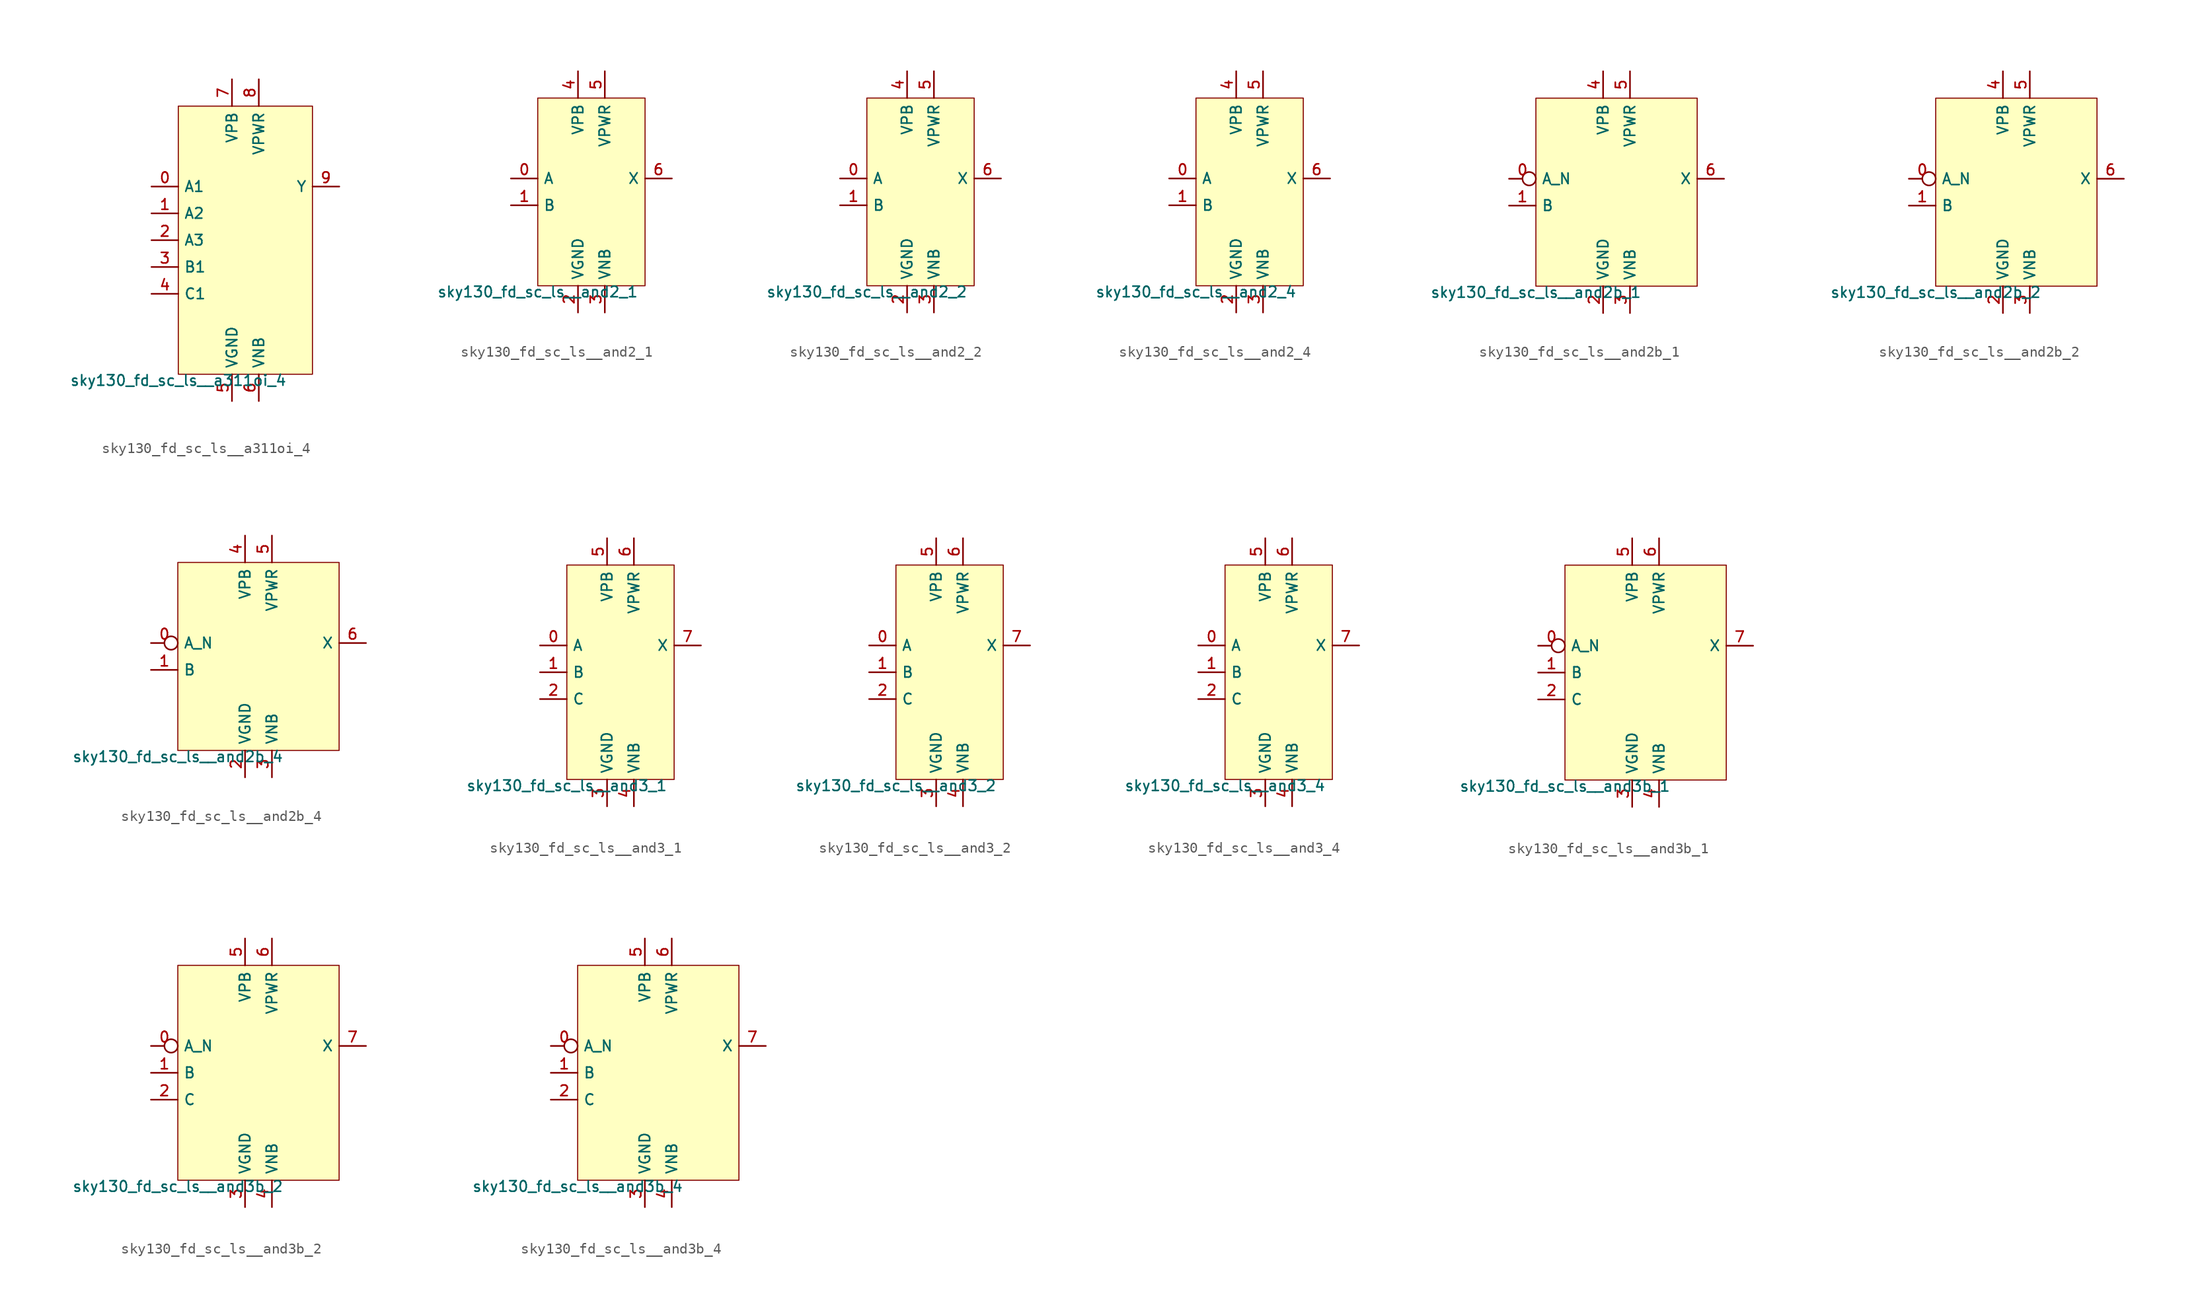
<source format=kicad_sym>
(kicad_symbol_lib
  (version 20211014)
  (generator lef2kicad_sym)
  (symbol "sky130_fd_sc_ls__a311oi_4"
    (property "Reference" "X"
      (at 0 0 0)
      (effects (font (size 1 1)) hide))
    (property "Value" "sky130_fd_sc_ls__a311oi_4"
      (at -6.35 -12.7 0)
      (effects (font (size 1 1)) (justify top)))
    (rectangle
      (start -6.35 -12.7)
      (end 6.35 12.7)
      (stroke (width 0.1) (type solid) (color 0 0 0 0))
      (fill (type background)))
    (pin input line
      (at -8.89 5.08 0)
      (length 2.54)
      (name "A1" (effects (font (size 1 1)) hide))
      (number "0" (effects (font (size 1 1)) hide)))
    (pin input line
      (at -8.89 2.54 0)
      (length 2.54)
      (name "A2" (effects (font (size 1 1)) hide))
      (number "1" (effects (font (size 1 1)) hide)))
    (pin input line
      (at -8.89 -8.881784197001252e-16 0)
      (length 2.54)
      (name "A3" (effects (font (size 1 1)) hide))
      (number "2" (effects (font (size 1 1)) hide)))
    (pin input line
      (at -8.89 -2.54 0)
      (length 2.54)
      (name "B1" (effects (font (size 1 1)) hide))
      (number "3" (effects (font (size 1 1)) hide)))
    (pin input line
      (at -8.89 -5.08 0)
      (length 2.54)
      (name "C1" (effects (font (size 1 1)) hide))
      (number "4" (effects (font (size 1 1)) hide)))
    (pin power_in line
      (at -1.27 -15.24 90)
      (length 2.54)
      (name "VGND" (effects (font (size 1 1)) hide))
      (number "5" (effects (font (size 1 1)) hide)))
    (pin power_in line
      (at 1.27 -15.24 90)
      (length 2.54)
      (name "VNB" (effects (font (size 1 1)) hide))
      (number "6" (effects (font (size 1 1)) hide)))
    (pin power_in line
      (at -1.27 15.24 270)
      (length 2.54)
      (name "VPB" (effects (font (size 1 1)) hide))
      (number "7" (effects (font (size 1 1)) hide)))
    (pin power_in line
      (at 1.27 15.24 270)
      (length 2.54)
      (name "VPWR" (effects (font (size 1 1)) hide))
      (number "8" (effects (font (size 1 1)) hide)))
    (pin output line
      (at 8.89 5.08 180)
      (length 2.54)
      (name "Y" (effects (font (size 1 1)) hide))
      (number "9" (effects (font (size 1 1)) hide))))
  (symbol "sky130_fd_sc_ls__and2_1"
    (property "Reference" "X"
      (at 0 0 0)
      (effects (font (size 1 1)) hide))
    (property "Value" "sky130_fd_sc_ls__and2_1"
      (at -5.08 -8.89 0)
      (effects (font (size 1 1)) (justify top)))
    (rectangle
      (start -5.08 -8.89)
      (end 5.08 8.89)
      (stroke (width 0.1) (type solid) (color 0 0 0 0))
      (fill (type background)))
    (pin input line
      (at -7.62 1.27 0)
      (length 2.54)
      (name "A" (effects (font (size 1 1)) hide))
      (number "0" (effects (font (size 1 1)) hide)))
    (pin input line
      (at -7.62 -1.27 0)
      (length 2.54)
      (name "B" (effects (font (size 1 1)) hide))
      (number "1" (effects (font (size 1 1)) hide)))
    (pin power_in line
      (at -1.27 -11.43 90)
      (length 2.54)
      (name "VGND" (effects (font (size 1 1)) hide))
      (number "2" (effects (font (size 1 1)) hide)))
    (pin power_in line
      (at 1.27 -11.43 90)
      (length 2.54)
      (name "VNB" (effects (font (size 1 1)) hide))
      (number "3" (effects (font (size 1 1)) hide)))
    (pin power_in line
      (at -1.27 11.43 270)
      (length 2.54)
      (name "VPB" (effects (font (size 1 1)) hide))
      (number "4" (effects (font (size 1 1)) hide)))
    (pin power_in line
      (at 1.27 11.43 270)
      (length 2.54)
      (name "VPWR" (effects (font (size 1 1)) hide))
      (number "5" (effects (font (size 1 1)) hide)))
    (pin output line
      (at 7.62 1.27 180)
      (length 2.54)
      (name "X" (effects (font (size 1 1)) hide))
      (number "6" (effects (font (size 1 1)) hide))))
  (symbol "sky130_fd_sc_ls__and2_2"
    (property "Reference" "X"
      (at 0 0 0)
      (effects (font (size 1 1)) hide))
    (property "Value" "sky130_fd_sc_ls__and2_2"
      (at -5.08 -8.89 0)
      (effects (font (size 1 1)) (justify top)))
    (rectangle
      (start -5.08 -8.89)
      (end 5.08 8.89)
      (stroke (width 0.1) (type solid) (color 0 0 0 0))
      (fill (type background)))
    (pin input line
      (at -7.62 1.27 0)
      (length 2.54)
      (name "A" (effects (font (size 1 1)) hide))
      (number "0" (effects (font (size 1 1)) hide)))
    (pin input line
      (at -7.62 -1.27 0)
      (length 2.54)
      (name "B" (effects (font (size 1 1)) hide))
      (number "1" (effects (font (size 1 1)) hide)))
    (pin power_in line
      (at -1.27 -11.43 90)
      (length 2.54)
      (name "VGND" (effects (font (size 1 1)) hide))
      (number "2" (effects (font (size 1 1)) hide)))
    (pin power_in line
      (at 1.27 -11.43 90)
      (length 2.54)
      (name "VNB" (effects (font (size 1 1)) hide))
      (number "3" (effects (font (size 1 1)) hide)))
    (pin power_in line
      (at -1.27 11.43 270)
      (length 2.54)
      (name "VPB" (effects (font (size 1 1)) hide))
      (number "4" (effects (font (size 1 1)) hide)))
    (pin power_in line
      (at 1.27 11.43 270)
      (length 2.54)
      (name "VPWR" (effects (font (size 1 1)) hide))
      (number "5" (effects (font (size 1 1)) hide)))
    (pin output line
      (at 7.62 1.27 180)
      (length 2.54)
      (name "X" (effects (font (size 1 1)) hide))
      (number "6" (effects (font (size 1 1)) hide))))
  (symbol "sky130_fd_sc_ls__and2_4"
    (property "Reference" "X"
      (at 0 0 0)
      (effects (font (size 1 1)) hide))
    (property "Value" "sky130_fd_sc_ls__and2_4"
      (at -5.08 -8.89 0)
      (effects (font (size 1 1)) (justify top)))
    (rectangle
      (start -5.08 -8.89)
      (end 5.08 8.89)
      (stroke (width 0.1) (type solid) (color 0 0 0 0))
      (fill (type background)))
    (pin input line
      (at -7.62 1.27 0)
      (length 2.54)
      (name "A" (effects (font (size 1 1)) hide))
      (number "0" (effects (font (size 1 1)) hide)))
    (pin input line
      (at -7.62 -1.27 0)
      (length 2.54)
      (name "B" (effects (font (size 1 1)) hide))
      (number "1" (effects (font (size 1 1)) hide)))
    (pin power_in line
      (at -1.27 -11.43 90)
      (length 2.54)
      (name "VGND" (effects (font (size 1 1)) hide))
      (number "2" (effects (font (size 1 1)) hide)))
    (pin power_in line
      (at 1.27 -11.43 90)
      (length 2.54)
      (name "VNB" (effects (font (size 1 1)) hide))
      (number "3" (effects (font (size 1 1)) hide)))
    (pin power_in line
      (at -1.27 11.43 270)
      (length 2.54)
      (name "VPB" (effects (font (size 1 1)) hide))
      (number "4" (effects (font (size 1 1)) hide)))
    (pin power_in line
      (at 1.27 11.43 270)
      (length 2.54)
      (name "VPWR" (effects (font (size 1 1)) hide))
      (number "5" (effects (font (size 1 1)) hide)))
    (pin output line
      (at 7.62 1.27 180)
      (length 2.54)
      (name "X" (effects (font (size 1 1)) hide))
      (number "6" (effects (font (size 1 1)) hide))))
  (symbol "sky130_fd_sc_ls__and2b_1"
    (property "Reference" "X"
      (at 0 0 0)
      (effects (font (size 1 1)) hide))
    (property "Value" "sky130_fd_sc_ls__and2b_1"
      (at -7.62 -8.89 0)
      (effects (font (size 1 1)) (justify top)))
    (rectangle
      (start -7.62 -8.89)
      (end 7.62 8.89)
      (stroke (width 0.1) (type solid) (color 0 0 0 0))
      (fill (type background)))
    (pin input inverted
      (at -10.16 1.27 0)
      (length 2.54)
      (name "A_N" (effects (font (size 1 1)) hide))
      (number "0" (effects (font (size 1 1)) hide)))
    (pin input line
      (at -10.16 -1.27 0)
      (length 2.54)
      (name "B" (effects (font (size 1 1)) hide))
      (number "1" (effects (font (size 1 1)) hide)))
    (pin power_in line
      (at -1.27 -11.43 90)
      (length 2.54)
      (name "VGND" (effects (font (size 1 1)) hide))
      (number "2" (effects (font (size 1 1)) hide)))
    (pin power_in line
      (at 1.27 -11.43 90)
      (length 2.54)
      (name "VNB" (effects (font (size 1 1)) hide))
      (number "3" (effects (font (size 1 1)) hide)))
    (pin power_in line
      (at -1.27 11.43 270)
      (length 2.54)
      (name "VPB" (effects (font (size 1 1)) hide))
      (number "4" (effects (font (size 1 1)) hide)))
    (pin power_in line
      (at 1.27 11.43 270)
      (length 2.54)
      (name "VPWR" (effects (font (size 1 1)) hide))
      (number "5" (effects (font (size 1 1)) hide)))
    (pin output line
      (at 10.16 1.27 180)
      (length 2.54)
      (name "X" (effects (font (size 1 1)) hide))
      (number "6" (effects (font (size 1 1)) hide))))
  (symbol "sky130_fd_sc_ls__and2b_2"
    (property "Reference" "X"
      (at 0 0 0)
      (effects (font (size 1 1)) hide))
    (property "Value" "sky130_fd_sc_ls__and2b_2"
      (at -7.62 -8.89 0)
      (effects (font (size 1 1)) (justify top)))
    (rectangle
      (start -7.62 -8.89)
      (end 7.62 8.89)
      (stroke (width 0.1) (type solid) (color 0 0 0 0))
      (fill (type background)))
    (pin input inverted
      (at -10.16 1.27 0)
      (length 2.54)
      (name "A_N" (effects (font (size 1 1)) hide))
      (number "0" (effects (font (size 1 1)) hide)))
    (pin input line
      (at -10.16 -1.27 0)
      (length 2.54)
      (name "B" (effects (font (size 1 1)) hide))
      (number "1" (effects (font (size 1 1)) hide)))
    (pin power_in line
      (at -1.27 -11.43 90)
      (length 2.54)
      (name "VGND" (effects (font (size 1 1)) hide))
      (number "2" (effects (font (size 1 1)) hide)))
    (pin power_in line
      (at 1.27 -11.43 90)
      (length 2.54)
      (name "VNB" (effects (font (size 1 1)) hide))
      (number "3" (effects (font (size 1 1)) hide)))
    (pin power_in line
      (at -1.27 11.43 270)
      (length 2.54)
      (name "VPB" (effects (font (size 1 1)) hide))
      (number "4" (effects (font (size 1 1)) hide)))
    (pin power_in line
      (at 1.27 11.43 270)
      (length 2.54)
      (name "VPWR" (effects (font (size 1 1)) hide))
      (number "5" (effects (font (size 1 1)) hide)))
    (pin output line
      (at 10.16 1.27 180)
      (length 2.54)
      (name "X" (effects (font (size 1 1)) hide))
      (number "6" (effects (font (size 1 1)) hide))))
  (symbol "sky130_fd_sc_ls__and2b_4"
    (property "Reference" "X"
      (at 0 0 0)
      (effects (font (size 1 1)) hide))
    (property "Value" "sky130_fd_sc_ls__and2b_4"
      (at -7.62 -8.89 0)
      (effects (font (size 1 1)) (justify top)))
    (rectangle
      (start -7.62 -8.89)
      (end 7.62 8.89)
      (stroke (width 0.1) (type solid) (color 0 0 0 0))
      (fill (type background)))
    (pin input inverted
      (at -10.16 1.27 0)
      (length 2.54)
      (name "A_N" (effects (font (size 1 1)) hide))
      (number "0" (effects (font (size 1 1)) hide)))
    (pin input line
      (at -10.16 -1.27 0)
      (length 2.54)
      (name "B" (effects (font (size 1 1)) hide))
      (number "1" (effects (font (size 1 1)) hide)))
    (pin power_in line
      (at -1.27 -11.43 90)
      (length 2.54)
      (name "VGND" (effects (font (size 1 1)) hide))
      (number "2" (effects (font (size 1 1)) hide)))
    (pin power_in line
      (at 1.27 -11.43 90)
      (length 2.54)
      (name "VNB" (effects (font (size 1 1)) hide))
      (number "3" (effects (font (size 1 1)) hide)))
    (pin power_in line
      (at -1.27 11.43 270)
      (length 2.54)
      (name "VPB" (effects (font (size 1 1)) hide))
      (number "4" (effects (font (size 1 1)) hide)))
    (pin power_in line
      (at 1.27 11.43 270)
      (length 2.54)
      (name "VPWR" (effects (font (size 1 1)) hide))
      (number "5" (effects (font (size 1 1)) hide)))
    (pin output line
      (at 10.16 1.27 180)
      (length 2.54)
      (name "X" (effects (font (size 1 1)) hide))
      (number "6" (effects (font (size 1 1)) hide))))
  (symbol "sky130_fd_sc_ls__and3_1"
    (property "Reference" "X"
      (at 0 0 0)
      (effects (font (size 1 1)) hide))
    (property "Value" "sky130_fd_sc_ls__and3_1"
      (at -5.08 -10.16 0)
      (effects (font (size 1 1)) (justify top)))
    (rectangle
      (start -5.08 -10.16)
      (end 5.08 10.16)
      (stroke (width 0.1) (type solid) (color 0 0 0 0))
      (fill (type background)))
    (pin input line
      (at -7.62 2.54 0)
      (length 2.54)
      (name "A" (effects (font (size 1 1)) hide))
      (number "0" (effects (font (size 1 1)) hide)))
    (pin input line
      (at -7.62 0.0 0)
      (length 2.54)
      (name "B" (effects (font (size 1 1)) hide))
      (number "1" (effects (font (size 1 1)) hide)))
    (pin input line
      (at -7.62 -2.54 0)
      (length 2.54)
      (name "C" (effects (font (size 1 1)) hide))
      (number "2" (effects (font (size 1 1)) hide)))
    (pin power_in line
      (at -1.27 -12.7 90)
      (length 2.54)
      (name "VGND" (effects (font (size 1 1)) hide))
      (number "3" (effects (font (size 1 1)) hide)))
    (pin power_in line
      (at 1.27 -12.7 90)
      (length 2.54)
      (name "VNB" (effects (font (size 1 1)) hide))
      (number "4" (effects (font (size 1 1)) hide)))
    (pin power_in line
      (at -1.27 12.7 270)
      (length 2.54)
      (name "VPB" (effects (font (size 1 1)) hide))
      (number "5" (effects (font (size 1 1)) hide)))
    (pin power_in line
      (at 1.27 12.7 270)
      (length 2.54)
      (name "VPWR" (effects (font (size 1 1)) hide))
      (number "6" (effects (font (size 1 1)) hide)))
    (pin output line
      (at 7.62 2.54 180)
      (length 2.54)
      (name "X" (effects (font (size 1 1)) hide))
      (number "7" (effects (font (size 1 1)) hide))))
  (symbol "sky130_fd_sc_ls__and3_2"
    (property "Reference" "X"
      (at 0 0 0)
      (effects (font (size 1 1)) hide))
    (property "Value" "sky130_fd_sc_ls__and3_2"
      (at -5.08 -10.16 0)
      (effects (font (size 1 1)) (justify top)))
    (rectangle
      (start -5.08 -10.16)
      (end 5.08 10.16)
      (stroke (width 0.1) (type solid) (color 0 0 0 0))
      (fill (type background)))
    (pin input line
      (at -7.62 2.54 0)
      (length 2.54)
      (name "A" (effects (font (size 1 1)) hide))
      (number "0" (effects (font (size 1 1)) hide)))
    (pin input line
      (at -7.62 0.0 0)
      (length 2.54)
      (name "B" (effects (font (size 1 1)) hide))
      (number "1" (effects (font (size 1 1)) hide)))
    (pin input line
      (at -7.62 -2.54 0)
      (length 2.54)
      (name "C" (effects (font (size 1 1)) hide))
      (number "2" (effects (font (size 1 1)) hide)))
    (pin power_in line
      (at -1.27 -12.7 90)
      (length 2.54)
      (name "VGND" (effects (font (size 1 1)) hide))
      (number "3" (effects (font (size 1 1)) hide)))
    (pin power_in line
      (at 1.27 -12.7 90)
      (length 2.54)
      (name "VNB" (effects (font (size 1 1)) hide))
      (number "4" (effects (font (size 1 1)) hide)))
    (pin power_in line
      (at -1.27 12.7 270)
      (length 2.54)
      (name "VPB" (effects (font (size 1 1)) hide))
      (number "5" (effects (font (size 1 1)) hide)))
    (pin power_in line
      (at 1.27 12.7 270)
      (length 2.54)
      (name "VPWR" (effects (font (size 1 1)) hide))
      (number "6" (effects (font (size 1 1)) hide)))
    (pin output line
      (at 7.62 2.54 180)
      (length 2.54)
      (name "X" (effects (font (size 1 1)) hide))
      (number "7" (effects (font (size 1 1)) hide))))
  (symbol "sky130_fd_sc_ls__and3_4"
    (property "Reference" "X"
      (at 0 0 0)
      (effects (font (size 1 1)) hide))
    (property "Value" "sky130_fd_sc_ls__and3_4"
      (at -5.08 -10.16 0)
      (effects (font (size 1 1)) (justify top)))
    (rectangle
      (start -5.08 -10.16)
      (end 5.08 10.16)
      (stroke (width 0.1) (type solid) (color 0 0 0 0))
      (fill (type background)))
    (pin input line
      (at -7.62 2.54 0)
      (length 2.54)
      (name "A" (effects (font (size 1 1)) hide))
      (number "0" (effects (font (size 1 1)) hide)))
    (pin input line
      (at -7.62 0.0 0)
      (length 2.54)
      (name "B" (effects (font (size 1 1)) hide))
      (number "1" (effects (font (size 1 1)) hide)))
    (pin input line
      (at -7.62 -2.54 0)
      (length 2.54)
      (name "C" (effects (font (size 1 1)) hide))
      (number "2" (effects (font (size 1 1)) hide)))
    (pin power_in line
      (at -1.27 -12.7 90)
      (length 2.54)
      (name "VGND" (effects (font (size 1 1)) hide))
      (number "3" (effects (font (size 1 1)) hide)))
    (pin power_in line
      (at 1.27 -12.7 90)
      (length 2.54)
      (name "VNB" (effects (font (size 1 1)) hide))
      (number "4" (effects (font (size 1 1)) hide)))
    (pin power_in line
      (at -1.27 12.7 270)
      (length 2.54)
      (name "VPB" (effects (font (size 1 1)) hide))
      (number "5" (effects (font (size 1 1)) hide)))
    (pin power_in line
      (at 1.27 12.7 270)
      (length 2.54)
      (name "VPWR" (effects (font (size 1 1)) hide))
      (number "6" (effects (font (size 1 1)) hide)))
    (pin output line
      (at 7.62 2.54 180)
      (length 2.54)
      (name "X" (effects (font (size 1 1)) hide))
      (number "7" (effects (font (size 1 1)) hide))))
  (symbol "sky130_fd_sc_ls__and3b_1"
    (property "Reference" "X"
      (at 0 0 0)
      (effects (font (size 1 1)) hide))
    (property "Value" "sky130_fd_sc_ls__and3b_1"
      (at -7.62 -10.16 0)
      (effects (font (size 1 1)) (justify top)))
    (rectangle
      (start -7.62 -10.16)
      (end 7.62 10.16)
      (stroke (width 0.1) (type solid) (color 0 0 0 0))
      (fill (type background)))
    (pin input inverted
      (at -10.16 2.54 0)
      (length 2.54)
      (name "A_N" (effects (font (size 1 1)) hide))
      (number "0" (effects (font (size 1 1)) hide)))
    (pin input line
      (at -10.16 0.0 0)
      (length 2.54)
      (name "B" (effects (font (size 1 1)) hide))
      (number "1" (effects (font (size 1 1)) hide)))
    (pin input line
      (at -10.16 -2.54 0)
      (length 2.54)
      (name "C" (effects (font (size 1 1)) hide))
      (number "2" (effects (font (size 1 1)) hide)))
    (pin power_in line
      (at -1.27 -12.7 90)
      (length 2.54)
      (name "VGND" (effects (font (size 1 1)) hide))
      (number "3" (effects (font (size 1 1)) hide)))
    (pin power_in line
      (at 1.27 -12.7 90)
      (length 2.54)
      (name "VNB" (effects (font (size 1 1)) hide))
      (number "4" (effects (font (size 1 1)) hide)))
    (pin power_in line
      (at -1.27 12.7 270)
      (length 2.54)
      (name "VPB" (effects (font (size 1 1)) hide))
      (number "5" (effects (font (size 1 1)) hide)))
    (pin power_in line
      (at 1.27 12.7 270)
      (length 2.54)
      (name "VPWR" (effects (font (size 1 1)) hide))
      (number "6" (effects (font (size 1 1)) hide)))
    (pin output line
      (at 10.16 2.54 180)
      (length 2.54)
      (name "X" (effects (font (size 1 1)) hide))
      (number "7" (effects (font (size 1 1)) hide))))
  (symbol "sky130_fd_sc_ls__and3b_2"
    (property "Reference" "X"
      (at 0 0 0)
      (effects (font (size 1 1)) hide))
    (property "Value" "sky130_fd_sc_ls__and3b_2"
      (at -7.62 -10.16 0)
      (effects (font (size 1 1)) (justify top)))
    (rectangle
      (start -7.62 -10.16)
      (end 7.62 10.16)
      (stroke (width 0.1) (type solid) (color 0 0 0 0))
      (fill (type background)))
    (pin input inverted
      (at -10.16 2.54 0)
      (length 2.54)
      (name "A_N" (effects (font (size 1 1)) hide))
      (number "0" (effects (font (size 1 1)) hide)))
    (pin input line
      (at -10.16 0.0 0)
      (length 2.54)
      (name "B" (effects (font (size 1 1)) hide))
      (number "1" (effects (font (size 1 1)) hide)))
    (pin input line
      (at -10.16 -2.54 0)
      (length 2.54)
      (name "C" (effects (font (size 1 1)) hide))
      (number "2" (effects (font (size 1 1)) hide)))
    (pin power_in line
      (at -1.27 -12.7 90)
      (length 2.54)
      (name "VGND" (effects (font (size 1 1)) hide))
      (number "3" (effects (font (size 1 1)) hide)))
    (pin power_in line
      (at 1.27 -12.7 90)
      (length 2.54)
      (name "VNB" (effects (font (size 1 1)) hide))
      (number "4" (effects (font (size 1 1)) hide)))
    (pin power_in line
      (at -1.27 12.7 270)
      (length 2.54)
      (name "VPB" (effects (font (size 1 1)) hide))
      (number "5" (effects (font (size 1 1)) hide)))
    (pin power_in line
      (at 1.27 12.7 270)
      (length 2.54)
      (name "VPWR" (effects (font (size 1 1)) hide))
      (number "6" (effects (font (size 1 1)) hide)))
    (pin output line
      (at 10.16 2.54 180)
      (length 2.54)
      (name "X" (effects (font (size 1 1)) hide))
      (number "7" (effects (font (size 1 1)) hide))))
  (symbol "sky130_fd_sc_ls__and3b_4"
    (property "Reference" "X"
      (at 0 0 0)
      (effects (font (size 1 1)) hide))
    (property "Value" "sky130_fd_sc_ls__and3b_4"
      (at -7.62 -10.16 0)
      (effects (font (size 1 1)) (justify top)))
    (rectangle
      (start -7.62 -10.16)
      (end 7.62 10.16)
      (stroke (width 0.1) (type solid) (color 0 0 0 0))
      (fill (type background)))
    (pin input inverted
      (at -10.16 2.54 0)
      (length 2.54)
      (name "A_N" (effects (font (size 1 1)) hide))
      (number "0" (effects (font (size 1 1)) hide)))
    (pin input line
      (at -10.16 0.0 0)
      (length 2.54)
      (name "B" (effects (font (size 1 1)) hide))
      (number "1" (effects (font (size 1 1)) hide)))
    (pin input line
      (at -10.16 -2.54 0)
      (length 2.54)
      (name "C" (effects (font (size 1 1)) hide))
      (number "2" (effects (font (size 1 1)) hide)))
    (pin power_in line
      (at -1.27 -12.7 90)
      (length 2.54)
      (name "VGND" (effects (font (size 1 1)) hide))
      (number "3" (effects (font (size 1 1)) hide)))
    (pin power_in line
      (at 1.27 -12.7 90)
      (length 2.54)
      (name "VNB" (effects (font (size 1 1)) hide))
      (number "4" (effects (font (size 1 1)) hide)))
    (pin power_in line
      (at -1.27 12.7 270)
      (length 2.54)
      (name "VPB" (effects (font (size 1 1)) hide))
      (number "5" (effects (font (size 1 1)) hide)))
    (pin power_in line
      (at 1.27 12.7 270)
      (length 2.54)
      (name "VPWR" (effects (font (size 1 1)) hide))
      (number "6" (effects (font (size 1 1)) hide)))
    (pin output line
      (at 10.16 2.54 180)
      (length 2.54)
      (name "X" (effects (font (size 1 1)) hide))
      (number "7" (effects (font (size 1 1)) hide)))))
</source>
